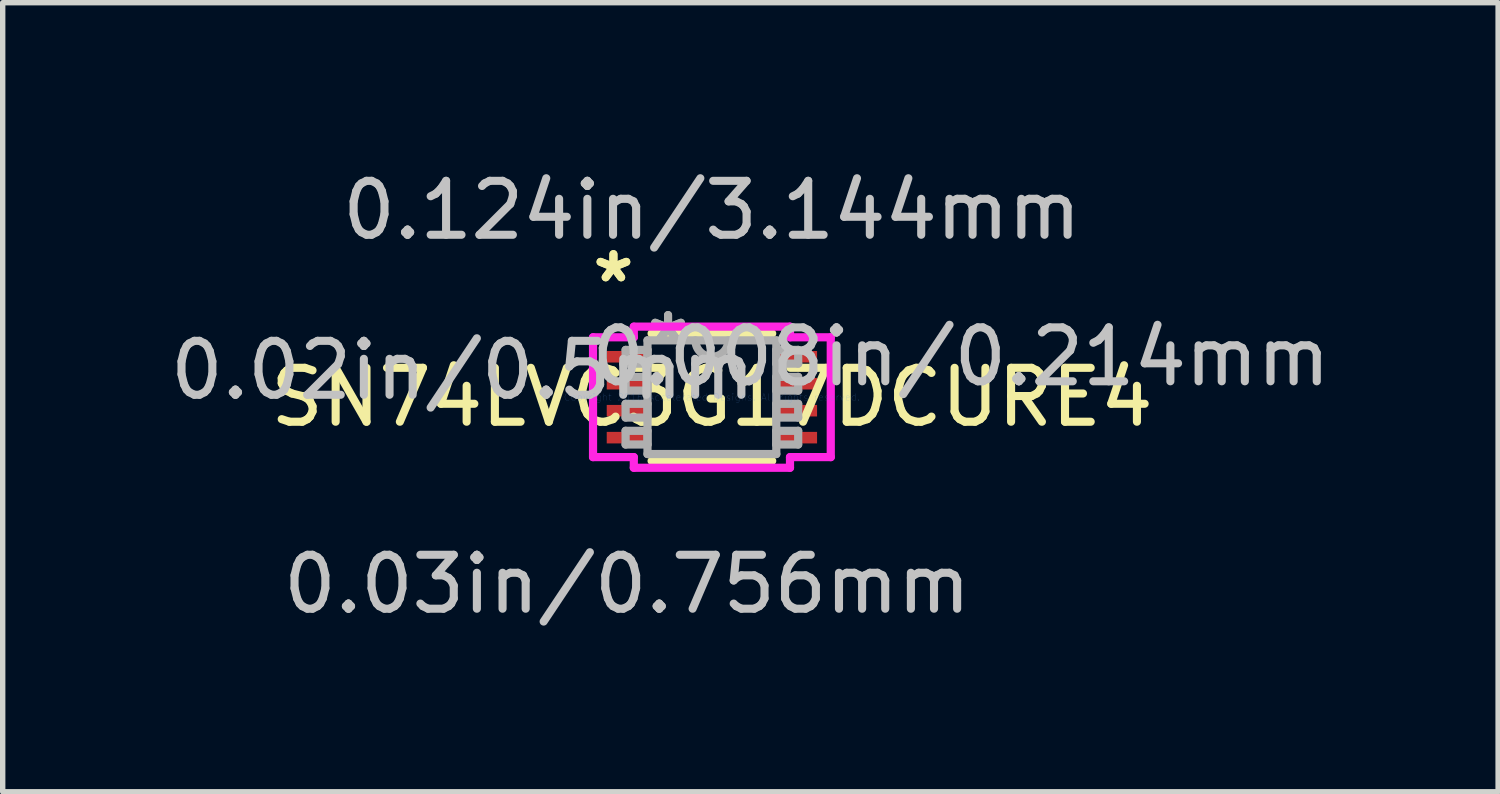
<source format=kicad_pcb>
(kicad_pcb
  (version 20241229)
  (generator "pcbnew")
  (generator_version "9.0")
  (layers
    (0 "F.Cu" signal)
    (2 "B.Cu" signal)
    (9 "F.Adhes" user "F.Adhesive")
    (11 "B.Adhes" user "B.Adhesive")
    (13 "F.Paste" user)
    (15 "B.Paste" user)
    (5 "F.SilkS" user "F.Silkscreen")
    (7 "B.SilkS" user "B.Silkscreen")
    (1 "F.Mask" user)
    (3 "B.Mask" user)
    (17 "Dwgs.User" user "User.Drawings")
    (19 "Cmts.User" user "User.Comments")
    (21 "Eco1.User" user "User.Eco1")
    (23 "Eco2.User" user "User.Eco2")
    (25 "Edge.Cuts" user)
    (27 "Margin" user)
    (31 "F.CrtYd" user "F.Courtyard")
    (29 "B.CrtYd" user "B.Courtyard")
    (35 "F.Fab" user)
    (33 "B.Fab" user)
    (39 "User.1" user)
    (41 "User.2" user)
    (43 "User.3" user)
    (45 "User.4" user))
  (footprint "SN74LVC3G17DCURE4"
    (layer "F.Cu")
    (at 10.15 4.315)
    (property "Reference" "SN74LVC3G17DCURE4" (at 0 0 0) (layer "F.SilkS") (effects (font (size 1 1) (thickness 0.15))))
    (attr through_hole)
    (fp_line (start -1.118 1.181) (end 1.118 1.181) (stroke (width 0.152) (type solid)) (layer "F.SilkS"))
    (fp_line (start 1.118 -1.181) (end -1.118 -1.181) (stroke (width 0.152) (type solid)) (layer "F.SilkS"))
    (fp_line (start -2.204 -1.111) (end -1.448 -1.111) (stroke (width 0.152) (type solid)) (layer "F.CrtYd"))
    (fp_line (start -2.204 1.111) (end -2.204 -1.111) (stroke (width 0.152) (type solid)) (layer "F.CrtYd"))
    (fp_line (start -1.448 -1.308) (end 1.448 -1.308) (stroke (width 0.152) (type solid)) (layer "F.CrtYd"))
    (fp_line (start -1.448 -1.111) (end -1.448 -1.308) (stroke (width 0.152) (type solid)) (layer "F.CrtYd"))
    (fp_line (start -1.448 1.111) (end -2.204 1.111) (stroke (width 0.152) (type solid)) (layer "F.CrtYd"))
    (fp_line (start -1.448 1.308) (end -1.448 1.111) (stroke (width 0.152) (type solid)) (layer "F.CrtYd"))
    (fp_line (start 1.448 -1.308) (end 1.448 -1.111) (stroke (width 0.152) (type solid)) (layer "F.CrtYd"))
    (fp_line (start 1.448 -1.111) (end 2.204 -1.111) (stroke (width 0.152) (type solid)) (layer "F.CrtYd"))
    (fp_line (start 1.448 1.111) (end 1.448 1.308) (stroke (width 0.152) (type solid)) (layer "F.CrtYd"))
    (fp_line (start 1.448 1.308) (end -1.448 1.308) (stroke (width 0.152) (type solid)) (layer "F.CrtYd"))
    (fp_line (start 2.204 -1.111) (end 2.204 1.111) (stroke (width 0.152) (type solid)) (layer "F.CrtYd"))
    (fp_line (start 2.204 1.111) (end 1.448 1.111) (stroke (width 0.152) (type solid)) (layer "F.CrtYd"))
    (fp_line (start -1.6 -0.877) (end -1.6 -0.623) (stroke (width 0.152) (type solid)) (layer "F.Fab"))
    (fp_line (start -1.6 -0.623) (end -1.194 -0.623) (stroke (width 0.152) (type solid)) (layer "F.Fab"))
    (fp_line (start -1.6 -0.377) (end -1.6 -0.123) (stroke (width 0.152) (type solid)) (layer "F.Fab"))
    (fp_line (start -1.6 -0.123) (end -1.194 -0.123) (stroke (width 0.152) (type solid)) (layer "F.Fab"))
    (fp_line (start -1.6 0.123) (end -1.6 0.377) (stroke (width 0.152) (type solid)) (layer "F.Fab"))
    (fp_line (start -1.6 0.377) (end -1.194 0.377) (stroke (width 0.152) (type solid)) (layer "F.Fab"))
    (fp_line (start -1.6 0.623) (end -1.6 0.877) (stroke (width 0.152) (type solid)) (layer "F.Fab"))
    (fp_line (start -1.6 0.877) (end -1.194 0.877) (stroke (width 0.152) (type solid)) (layer "F.Fab"))
    (fp_line (start -1.194 -1.054) (end -1.194 1.054) (stroke (width 0.152) (type solid)) (layer "F.Fab"))
    (fp_line (start -1.194 -0.877) (end -1.6 -0.877) (stroke (width 0.152) (type solid)) (layer "F.Fab"))
    (fp_line (start -1.194 -0.623) (end -1.194 -0.877) (stroke (width 0.152) (type solid)) (layer "F.Fab"))
    (fp_line (start -1.194 -0.377) (end -1.6 -0.377) (stroke (width 0.152) (type solid)) (layer "F.Fab"))
    (fp_line (start -1.194 -0.123) (end -1.194 -0.377) (stroke (width 0.152) (type solid)) (layer "F.Fab"))
    (fp_line (start -1.194 0.123) (end -1.6 0.123) (stroke (width 0.152) (type solid)) (layer "F.Fab"))
    (fp_line (start -1.194 0.377) (end -1.194 0.123) (stroke (width 0.152) (type solid)) (layer "F.Fab"))
    (fp_line (start -1.194 0.623) (end -1.6 0.623) (stroke (width 0.152) (type solid)) (layer "F.Fab"))
    (fp_line (start -1.194 0.877) (end -1.194 0.623) (stroke (width 0.152) (type solid)) (layer "F.Fab"))
    (fp_line (start -1.194 1.054) (end 1.194 1.054) (stroke (width 0.152) (type solid)) (layer "F.Fab"))
    (fp_line (start 1.194 -1.054) (end -1.194 -1.054) (stroke (width 0.152) (type solid)) (layer "F.Fab"))
    (fp_line (start 1.194 -0.877) (end 1.194 -0.623) (stroke (width 0.152) (type solid)) (layer "F.Fab"))
    (fp_line (start 1.194 -0.623) (end 1.6 -0.623) (stroke (width 0.152) (type solid)) (layer "F.Fab"))
    (fp_line (start 1.194 -0.377) (end 1.194 -0.123) (stroke (width 0.152) (type solid)) (layer "F.Fab"))
    (fp_line (start 1.194 -0.123) (end 1.6 -0.123) (stroke (width 0.152) (type solid)) (layer "F.Fab"))
    (fp_line (start 1.194 0.123) (end 1.194 0.377) (stroke (width 0.152) (type solid)) (layer "F.Fab"))
    (fp_line (start 1.194 0.377) (end 1.6 0.377) (stroke (width 0.152) (type solid)) (layer "F.Fab"))
    (fp_line (start 1.194 0.623) (end 1.194 0.877) (stroke (width 0.152) (type solid)) (layer "F.Fab"))
    (fp_line (start 1.194 0.877) (end 1.6 0.877) (stroke (width 0.152) (type solid)) (layer "F.Fab"))
    (fp_line (start 1.194 1.054) (end 1.194 -1.054) (stroke (width 0.152) (type solid)) (layer "F.Fab"))
    (fp_line (start 1.6 -0.877) (end 1.194 -0.877) (stroke (width 0.152) (type solid)) (layer "F.Fab"))
    (fp_line (start 1.6 -0.623) (end 1.6 -0.877) (stroke (width 0.152) (type solid)) (layer "F.Fab"))
    (fp_line (start 1.6 -0.377) (end 1.194 -0.377) (stroke (width 0.152) (type solid)) (layer "F.Fab"))
    (fp_line (start 1.6 -0.123) (end 1.6 -0.377) (stroke (width 0.152) (type solid)) (layer "F.Fab"))
    (fp_line (start 1.6 0.123) (end 1.194 0.123) (stroke (width 0.152) (type solid)) (layer "F.Fab"))
    (fp_line (start 1.6 0.377) (end 1.6 0.123) (stroke (width 0.152) (type solid)) (layer "F.Fab"))
    (fp_line (start 1.6 0.623) (end 1.194 0.623) (stroke (width 0.152) (type solid)) (layer "F.Fab"))
    (fp_line (start 1.6 0.877) (end 1.6 0.623) (stroke (width 0.152) (type solid)) (layer "F.Fab"))
    (fp_arc (start 0.3048 -1.0541) (mid 0 -0.7493) (end -0.3048 -1.0541) (stroke (width 0.1524) (type solid)) (layer "F.Fab"))
    (fp_text user "*" (at -1.826 -2.107 0) (layer "F.SilkS") (effects (font (size 1 1) (thickness 0.15))))
    (fp_text user "*" (at -1.826 -2.107 0) (layer "F.SilkS") (effects (font (size 1 1) (thickness 0.15))))
    (fp_text user "0.03in/0.756mm" (at -1.572 3.467 0) (layer "Dwgs.User") (effects (font (size 1 1) (thickness 0.15))))
    (fp_text user "0.124in/3.144mm" (at 0 -3.467 0) (layer "Dwgs.User") (effects (font (size 1 1) (thickness 0.15))))
    (fp_text user "0.008in/0.214mm" (at 4.62 -0.75 0) (layer "Dwgs.User") (effects (font (size 1 1) (thickness 0.15))))
    (fp_text user "0.02in/0.5mm" (at -4.62 -0.5 0) (layer "Dwgs.User") (effects (font (size 1 1) (thickness 0.15))))
    (fp_text user "Copyright 2016 Accelerated Designs. All rights reserved." (at 0 0 0) (layer "Cmts.User") (effects (font (size 0.127 0.127) (thickness 0.002))))
    (fp_text user "*" (at -0.813 -0.978 0) (layer "F.Fab") (effects (font (size 1 1) (thickness 0.15))))
    (fp_text user "*" (at -0.813 -0.978 0) (layer "F.Fab") (effects (font (size 1 1) (thickness 0.15))))
    (pad "1" smd rect (at -1.572 -0.75) (size 0.756 0.214) (layers "F.Cu" "F.Mask" "F.Paste"))
    (pad "2" smd rect (at -1.572 -0.25) (size 0.756 0.214) (layers "F.Cu" "F.Mask" "F.Paste"))
    (pad "3" smd rect (at -1.572 0.25) (size 0.756 0.214) (layers "F.Cu" "F.Mask" "F.Paste"))
    (pad "4" smd rect (at -1.572 0.75) (size 0.756 0.214) (layers "F.Cu" "F.Mask" "F.Paste"))
    (pad "5" smd rect (at 1.572 0.75) (size 0.756 0.214) (layers "F.Cu" "F.Mask" "F.Paste"))
    (pad "6" smd rect (at 1.572 0.25) (size 0.756 0.214) (layers "F.Cu" "F.Mask" "F.Paste"))
    (pad "7" smd rect (at 1.572 -0.25) (size 0.756 0.214) (layers "F.Cu" "F.Mask" "F.Paste"))
    (pad "8" smd rect (at 1.572 -0.75) (size 0.756 0.214) (layers "F.Cu" "F.Mask" "F.Paste")))
  (gr_rect
    (start -3 -3)
    (end 24.728 11.631)
    (stroke (width 0.1) (type default))
    (fill no)
    (layer "Edge.Cuts")))
</source>
